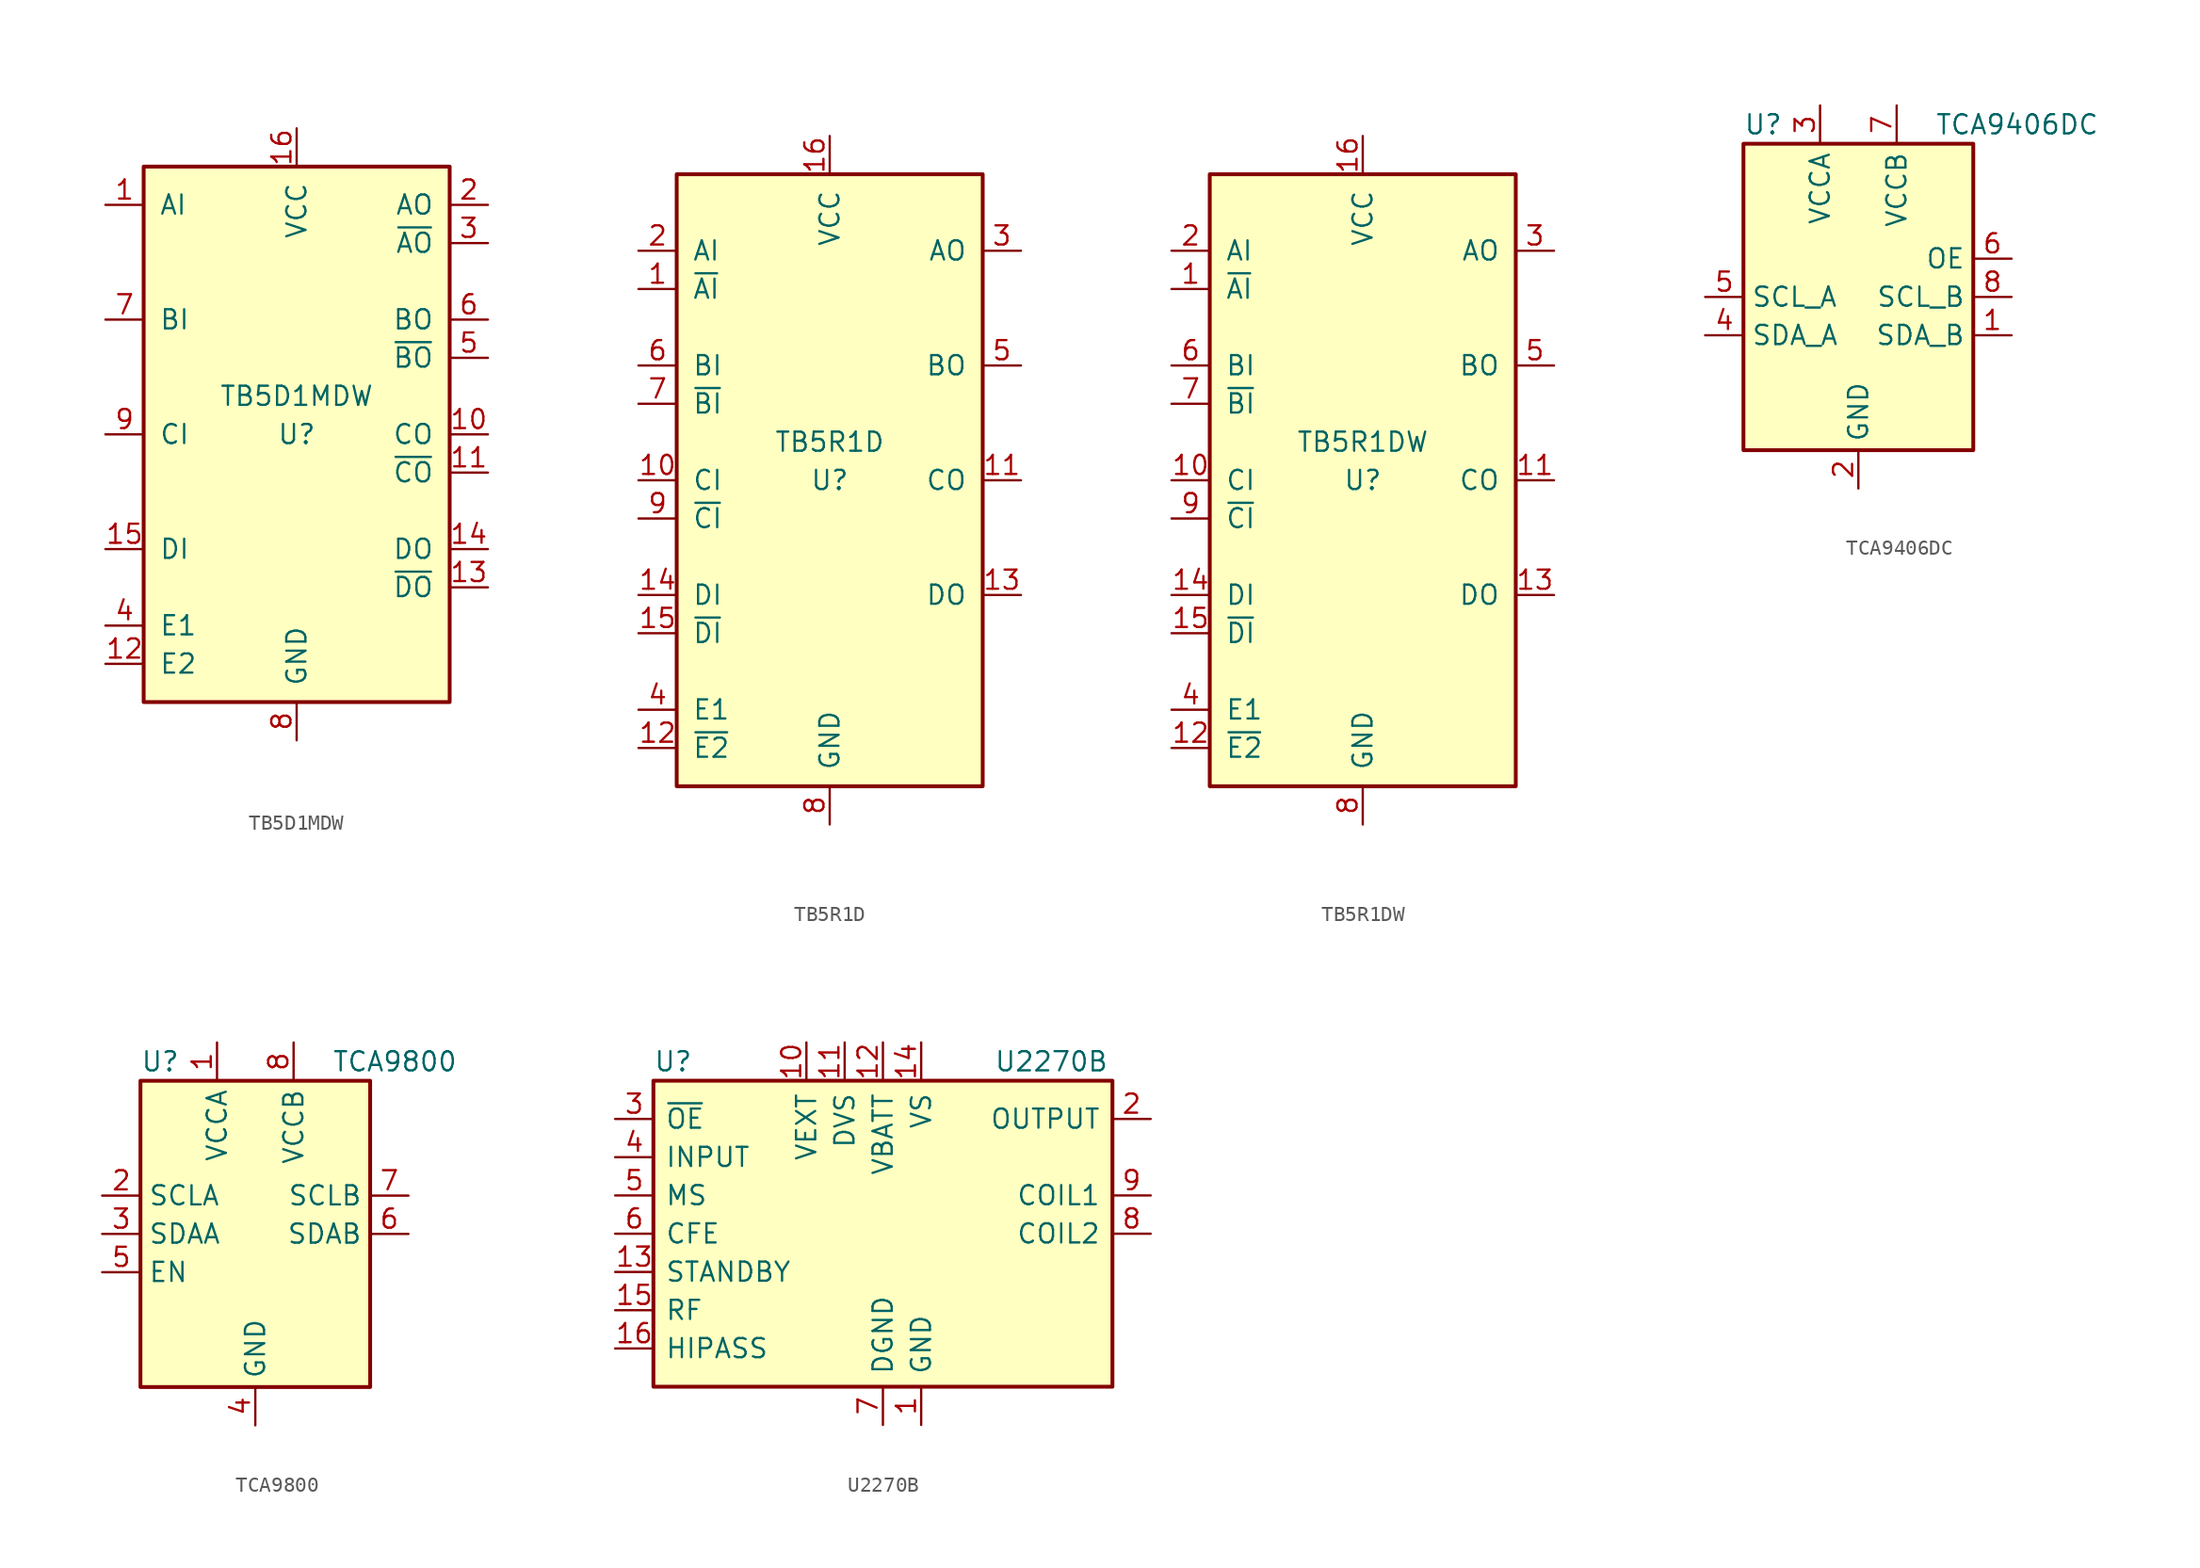
<source format=kicad_sym>
(kicad_symbol_lib
  (version 20201005)
  (generator kicad_symbol_editor)
  (symbol "TB5D1MDW"
    (pin_names
      (offset 1.016))
    (property "Reference" "U"
      (at 0 0 0)
      (effects (font (size 1.27 1.27))))
    (property "Value" "TB5D1MDW"
      (at 0 2.54 0)
      (effects (font (size 1.27 1.27))))
    (symbol "TB5D1MDW_0_1"
      (rectangle (start -10.16 -17.78) (end 10.16 17.78) (stroke (width 0.254)) (fill (type background))))
    (symbol "TB5D1MDW_1_1"
      (pin input line (at -12.7 15.24 0) (length 2.54) (name "AI" (effects (font (size 1.27 1.27)))) (number "1" (effects (font (size 1.27 1.27)))))
      (pin output line (at 12.7 0 180) (length 2.54) (name "CO" (effects (font (size 1.27 1.27)))) (number "10" (effects (font (size 1.27 1.27)))))
      (pin output line (at 12.7 -2.54 180) (length 2.54) (name "~CO" (effects (font (size 1.27 1.27)))) (number "11" (effects (font (size 1.27 1.27)))))
      (pin input line (at -12.7 -15.24 0) (length 2.54) (name "E2" (effects (font (size 1.27 1.27)))) (number "12" (effects (font (size 1.27 1.27)))))
      (pin output line (at 12.7 -10.16 180) (length 2.54) (name "~DO" (effects (font (size 1.27 1.27)))) (number "13" (effects (font (size 1.27 1.27)))))
      (pin output line (at 12.7 -7.62 180) (length 2.54) (name "DO" (effects (font (size 1.27 1.27)))) (number "14" (effects (font (size 1.27 1.27)))))
      (pin input line (at -12.7 -7.62 0) (length 2.54) (name "DI" (effects (font (size 1.27 1.27)))) (number "15" (effects (font (size 1.27 1.27)))))
      (pin power_in line (at 0 20.32 270) (length 2.54) (name "VCC" (effects (font (size 1.27 1.27)))) (number "16" (effects (font (size 1.27 1.27)))))
      (pin output line (at 12.7 15.24 180) (length 2.54) (name "AO" (effects (font (size 1.27 1.27)))) (number "2" (effects (font (size 1.27 1.27)))))
      (pin output line (at 12.7 12.7 180) (length 2.54) (name "~AO" (effects (font (size 1.27 1.27)))) (number "3" (effects (font (size 1.27 1.27)))))
      (pin input line (at -12.7 -12.7 0) (length 2.54) (name "E1" (effects (font (size 1.27 1.27)))) (number "4" (effects (font (size 1.27 1.27)))))
      (pin output line (at 12.7 5.08 180) (length 2.54) (name "~BO" (effects (font (size 1.27 1.27)))) (number "5" (effects (font (size 1.27 1.27)))))
      (pin output line (at 12.7 7.62 180) (length 2.54) (name "BO" (effects (font (size 1.27 1.27)))) (number "6" (effects (font (size 1.27 1.27)))))
      (pin input line (at -12.7 7.62 0) (length 2.54) (name "BI" (effects (font (size 1.27 1.27)))) (number "7" (effects (font (size 1.27 1.27)))))
      (pin power_in line (at 0 -20.32 90) (length 2.54) (name "GND" (effects (font (size 1.27 1.27)))) (number "8" (effects (font (size 1.27 1.27)))))
      (pin input line (at -12.7 0 0) (length 2.54) (name "CI" (effects (font (size 1.27 1.27)))) (number "9" (effects (font (size 1.27 1.27)))))))
  (symbol "TB5R1D"
    (pin_names
      (offset 1.016))
    (property "Reference" "U"
      (at 0 0 0)
      (effects (font (size 1.27 1.27))))
    (property "Value" "TB5R1D"
      (at 0 2.54 0)
      (effects (font (size 1.27 1.27))))
    (symbol "TB5R1D_0_1"
      (rectangle (start 10.16 -20.32) (end -10.16 20.32) (stroke (width 0.254)) (fill (type background))))
    (symbol "TB5R1D_1_1"
      (pin input line (at -12.7 12.7 0) (length 2.54) (name "~AI" (effects (font (size 1.27 1.27)))) (number "1" (effects (font (size 1.27 1.27)))))
      (pin input line (at -12.7 0 0) (length 2.54) (name "CI" (effects (font (size 1.27 1.27)))) (number "10" (effects (font (size 1.27 1.27)))))
      (pin output line (at 12.7 0 180) (length 2.54) (name "CO" (effects (font (size 1.27 1.27)))) (number "11" (effects (font (size 1.27 1.27)))))
      (pin input line (at -12.7 -17.78 0) (length 2.54) (name "~E2" (effects (font (size 1.27 1.27)))) (number "12" (effects (font (size 1.27 1.27)))))
      (pin output line (at 12.7 -7.62 180) (length 2.54) (name "DO" (effects (font (size 1.27 1.27)))) (number "13" (effects (font (size 1.27 1.27)))))
      (pin input line (at -12.7 -7.62 0) (length 2.54) (name "DI" (effects (font (size 1.27 1.27)))) (number "14" (effects (font (size 1.27 1.27)))))
      (pin input line (at -12.7 -10.16 0) (length 2.54) (name "~DI" (effects (font (size 1.27 1.27)))) (number "15" (effects (font (size 1.27 1.27)))))
      (pin power_in line (at 0 22.86 270) (length 2.54) (name "VCC" (effects (font (size 1.27 1.27)))) (number "16" (effects (font (size 1.27 1.27)))))
      (pin input line (at -12.7 15.24 0) (length 2.54) (name "AI" (effects (font (size 1.27 1.27)))) (number "2" (effects (font (size 1.27 1.27)))))
      (pin output line (at 12.7 15.24 180) (length 2.54) (name "AO" (effects (font (size 1.27 1.27)))) (number "3" (effects (font (size 1.27 1.27)))))
      (pin input line (at -12.7 -15.24 0) (length 2.54) (name "E1" (effects (font (size 1.27 1.27)))) (number "4" (effects (font (size 1.27 1.27)))))
      (pin output line (at 12.7 7.62 180) (length 2.54) (name "BO" (effects (font (size 1.27 1.27)))) (number "5" (effects (font (size 1.27 1.27)))))
      (pin input line (at -12.7 7.62 0) (length 2.54) (name "BI" (effects (font (size 1.27 1.27)))) (number "6" (effects (font (size 1.27 1.27)))))
      (pin input line (at -12.7 5.08 0) (length 2.54) (name "~BI" (effects (font (size 1.27 1.27)))) (number "7" (effects (font (size 1.27 1.27)))))
      (pin power_in line (at 0 -22.86 90) (length 2.54) (name "GND" (effects (font (size 1.27 1.27)))) (number "8" (effects (font (size 1.27 1.27)))))
      (pin input line (at -12.7 -2.54 0) (length 2.54) (name "~CI" (effects (font (size 1.27 1.27)))) (number "9" (effects (font (size 1.27 1.27)))))))
  (symbol "TB5R1DW"
    (pin_names
      (offset 1.016))
    (property "Reference" "U"
      (at 0 0 0)
      (effects (font (size 1.27 1.27))))
    (property "Value" "TB5R1DW"
      (at 0 2.54 0)
      (effects (font (size 1.27 1.27))))
    (symbol "TB5R1DW_0_1"
      (rectangle (start 10.16 -20.32) (end -10.16 20.32) (stroke (width 0.254)) (fill (type background))))
    (symbol "TB5R1DW_1_1"
      (pin input line (at -12.7 12.7 0) (length 2.54) (name "~AI" (effects (font (size 1.27 1.27)))) (number "1" (effects (font (size 1.27 1.27)))))
      (pin input line (at -12.7 0 0) (length 2.54) (name "CI" (effects (font (size 1.27 1.27)))) (number "10" (effects (font (size 1.27 1.27)))))
      (pin output line (at 12.7 0 180) (length 2.54) (name "CO" (effects (font (size 1.27 1.27)))) (number "11" (effects (font (size 1.27 1.27)))))
      (pin input line (at -12.7 -17.78 0) (length 2.54) (name "~E2" (effects (font (size 1.27 1.27)))) (number "12" (effects (font (size 1.27 1.27)))))
      (pin output line (at 12.7 -7.62 180) (length 2.54) (name "DO" (effects (font (size 1.27 1.27)))) (number "13" (effects (font (size 1.27 1.27)))))
      (pin input line (at -12.7 -7.62 0) (length 2.54) (name "DI" (effects (font (size 1.27 1.27)))) (number "14" (effects (font (size 1.27 1.27)))))
      (pin input line (at -12.7 -10.16 0) (length 2.54) (name "~DI" (effects (font (size 1.27 1.27)))) (number "15" (effects (font (size 1.27 1.27)))))
      (pin power_in line (at 0 22.86 270) (length 2.54) (name "VCC" (effects (font (size 1.27 1.27)))) (number "16" (effects (font (size 1.27 1.27)))))
      (pin input line (at -12.7 15.24 0) (length 2.54) (name "AI" (effects (font (size 1.27 1.27)))) (number "2" (effects (font (size 1.27 1.27)))))
      (pin output line (at 12.7 15.24 180) (length 2.54) (name "AO" (effects (font (size 1.27 1.27)))) (number "3" (effects (font (size 1.27 1.27)))))
      (pin input line (at -12.7 -15.24 0) (length 2.54) (name "E1" (effects (font (size 1.27 1.27)))) (number "4" (effects (font (size 1.27 1.27)))))
      (pin output line (at 12.7 7.62 180) (length 2.54) (name "BO" (effects (font (size 1.27 1.27)))) (number "5" (effects (font (size 1.27 1.27)))))
      (pin input line (at -12.7 7.62 0) (length 2.54) (name "BI" (effects (font (size 1.27 1.27)))) (number "6" (effects (font (size 1.27 1.27)))))
      (pin input line (at -12.7 5.08 0) (length 2.54) (name "~BI" (effects (font (size 1.27 1.27)))) (number "7" (effects (font (size 1.27 1.27)))))
      (pin power_in line (at 0 -22.86 90) (length 2.54) (name "GND" (effects (font (size 1.27 1.27)))) (number "8" (effects (font (size 1.27 1.27)))))
      (pin input line (at -12.7 -2.54 0) (length 2.54) (name "~CI" (effects (font (size 1.27 1.27)))) (number "9" (effects (font (size 1.27 1.27)))))))
  (symbol "TCA9406DC"
    (property "Reference" "U"
      (at -7.62 11.43 0)
      (effects (font (size 1.27 1.27)) (justify left)))
    (property "Value" "TCA9406DC"
      (at 5.08 11.43 0)
      (effects (font (size 1.27 1.27)) (justify left)))
    (symbol "TCA9406DC_0_1"
      (rectangle (start -7.62 10.16) (end 7.62 -10.16) (stroke (width 0.254)) (fill (type background))))
    (symbol "TCA9406DC_1_1"
      (pin bidirectional line (at 10.16 -2.54 180) (length 2.54) (name "SDA_B" (effects (font (size 1.27 1.27)))) (number "1" (effects (font (size 1.27 1.27)))))
      (pin power_in line (at 0 -12.7 90) (length 2.54) (name "GND" (effects (font (size 1.27 1.27)))) (number "2" (effects (font (size 1.27 1.27)))))
      (pin power_in line (at -2.54 12.7 270) (length 2.54) (name "VCCA" (effects (font (size 1.27 1.27)))) (number "3" (effects (font (size 1.27 1.27)))))
      (pin bidirectional line (at -10.16 -2.54 0) (length 2.54) (name "SDA_A" (effects (font (size 1.27 1.27)))) (number "4" (effects (font (size 1.27 1.27)))))
      (pin bidirectional line (at -10.16 0 0) (length 2.54) (name "SCL_A" (effects (font (size 1.27 1.27)))) (number "5" (effects (font (size 1.27 1.27)))))
      (pin input line (at 10.16 2.54 180) (length 2.54) (name "OE" (effects (font (size 1.27 1.27)))) (number "6" (effects (font (size 1.27 1.27)))))
      (pin power_in line (at 2.54 12.7 270) (length 2.54) (name "VCCB" (effects (font (size 1.27 1.27)))) (number "7" (effects (font (size 1.27 1.27)))))
      (pin bidirectional line (at 10.16 0 180) (length 2.54) (name "SCL_B" (effects (font (size 1.27 1.27)))) (number "8" (effects (font (size 1.27 1.27)))))))
  (symbol "TCA9800"
    (property "Reference" "U"
      (at -7.62 11.43 0)
      (effects (font (size 1.27 1.27)) (justify left)))
    (property "Value" "TCA9800"
      (at 5.08 11.43 0)
      (effects (font (size 1.27 1.27)) (justify left)))
    (symbol "TCA9800_0_1"
      (rectangle (start -7.62 10.16) (end 7.62 -10.16) (stroke (width 0.254)) (fill (type background))))
    (symbol "TCA9800_1_1"
      (pin power_in line (at -2.54 12.7 270) (length 2.54) (name "VCCA" (effects (font (size 1.27 1.27)))) (number "1" (effects (font (size 1.27 1.27)))))
      (pin bidirectional line (at -10.16 2.54 0) (length 2.54) (name "SCLA" (effects (font (size 1.27 1.27)))) (number "2" (effects (font (size 1.27 1.27)))))
      (pin bidirectional line (at -10.16 0 0) (length 2.54) (name "SDAA" (effects (font (size 1.27 1.27)))) (number "3" (effects (font (size 1.27 1.27)))))
      (pin power_in line (at 0 -12.7 90) (length 2.54) (name "GND" (effects (font (size 1.27 1.27)))) (number "4" (effects (font (size 1.27 1.27)))))
      (pin input line (at -10.16 -2.54 0) (length 2.54) (name "EN" (effects (font (size 1.27 1.27)))) (number "5" (effects (font (size 1.27 1.27)))))
      (pin bidirectional line (at 10.16 0 180) (length 2.54) (name "SDAB" (effects (font (size 1.27 1.27)))) (number "6" (effects (font (size 1.27 1.27)))))
      (pin bidirectional line (at 10.16 2.54 180) (length 2.54) (name "SCLB" (effects (font (size 1.27 1.27)))) (number "7" (effects (font (size 1.27 1.27)))))
      (pin power_in line (at 2.54 12.7 270) (length 2.54) (name "VCCB" (effects (font (size 1.27 1.27)))) (number "8" (effects (font (size 1.27 1.27)))))))
  (symbol "U2270B"
    (pin_names
      (offset 0.762))
    (property "Reference" "U"
      (at -15.24 8.89 0)
      (effects (font (size 1.27 1.27)) (justify left)))
    (property "Value" "U2270B"
      (at 7.366 8.89 0)
      (effects (font (size 1.27 1.27)) (justify left)))
    (symbol "U2270B_0_1"
      (rectangle (start -15.24 7.62) (end 15.24 -12.7) (stroke (width 0.254)) (fill (type background))))
    (symbol "U2270B_1_1"
      (pin power_in line (at 2.54 -15.24 90) (length 2.54) (name "GND" (effects (font (size 1.27 1.27)))) (number "1" (effects (font (size 1.27 1.27)))))
      (pin power_in line (at -5.08 10.16 270) (length 2.54) (name "VEXT" (effects (font (size 1.27 1.27)))) (number "10" (effects (font (size 1.27 1.27)))))
      (pin power_in line (at -2.54 10.16 270) (length 2.54) (name "DVS" (effects (font (size 1.27 1.27)))) (number "11" (effects (font (size 1.27 1.27)))))
      (pin power_in line (at 0 10.16 270) (length 2.54) (name "VBATT" (effects (font (size 1.27 1.27)))) (number "12" (effects (font (size 1.27 1.27)))))
      (pin input line (at -17.78 -5.08 0) (length 2.54) (name "STANDBY" (effects (font (size 1.27 1.27)))) (number "13" (effects (font (size 1.27 1.27)))))
      (pin power_in line (at 2.54 10.16 270) (length 2.54) (name "VS" (effects (font (size 1.27 1.27)))) (number "14" (effects (font (size 1.27 1.27)))))
      (pin input line (at -17.78 -7.62 0) (length 2.54) (name "RF" (effects (font (size 1.27 1.27)))) (number "15" (effects (font (size 1.27 1.27)))))
      (pin input line (at -17.78 -10.16 0) (length 2.54) (name "HIPASS" (effects (font (size 1.27 1.27)))) (number "16" (effects (font (size 1.27 1.27)))))
      (pin open_collector line (at 17.78 5.08 180) (length 2.54) (name "OUTPUT" (effects (font (size 1.27 1.27)))) (number "2" (effects (font (size 1.27 1.27)))))
      (pin input line (at -17.78 5.08 0) (length 2.54) (name "~OE" (effects (font (size 1.27 1.27)))) (number "3" (effects (font (size 1.27 1.27)))))
      (pin input line (at -17.78 2.54 0) (length 2.54) (name "INPUT" (effects (font (size 1.27 1.27)))) (number "4" (effects (font (size 1.27 1.27)))))
      (pin input line (at -17.78 0 0) (length 2.54) (name "MS" (effects (font (size 1.27 1.27)))) (number "5" (effects (font (size 1.27 1.27)))))
      (pin input line (at -17.78 -2.54 0) (length 2.54) (name "CFE" (effects (font (size 1.27 1.27)))) (number "6" (effects (font (size 1.27 1.27)))))
      (pin power_in line (at 0 -15.24 90) (length 2.54) (name "DGND" (effects (font (size 1.27 1.27)))) (number "7" (effects (font (size 1.27 1.27)))))
      (pin output line (at 17.78 -2.54 180) (length 2.54) (name "COIL2" (effects (font (size 1.27 1.27)))) (number "8" (effects (font (size 1.27 1.27)))))
      (pin output line (at 17.78 0 180) (length 2.54) (name "COIL1" (effects (font (size 1.27 1.27)))) (number "9" (effects (font (size 1.27 1.27))))))))
</source>
